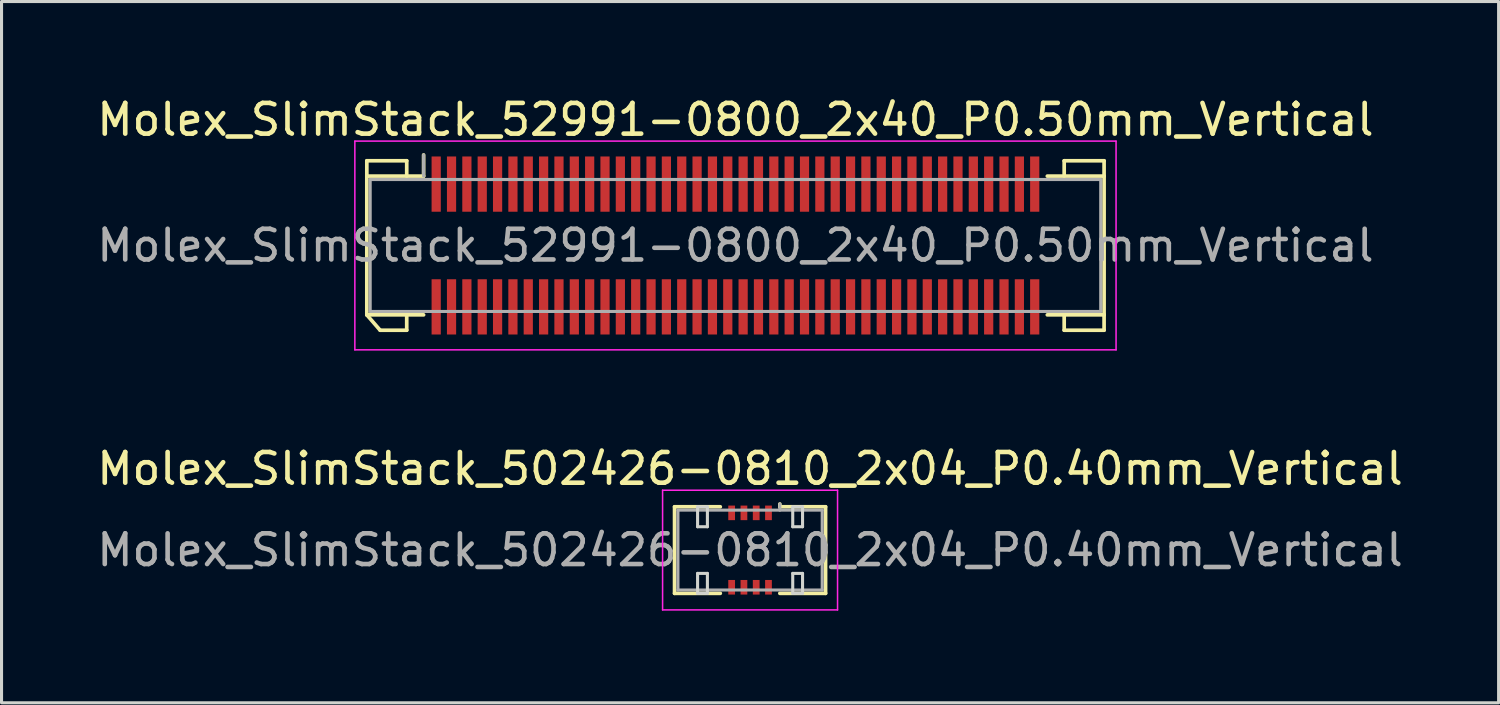
<source format=kicad_pcb>
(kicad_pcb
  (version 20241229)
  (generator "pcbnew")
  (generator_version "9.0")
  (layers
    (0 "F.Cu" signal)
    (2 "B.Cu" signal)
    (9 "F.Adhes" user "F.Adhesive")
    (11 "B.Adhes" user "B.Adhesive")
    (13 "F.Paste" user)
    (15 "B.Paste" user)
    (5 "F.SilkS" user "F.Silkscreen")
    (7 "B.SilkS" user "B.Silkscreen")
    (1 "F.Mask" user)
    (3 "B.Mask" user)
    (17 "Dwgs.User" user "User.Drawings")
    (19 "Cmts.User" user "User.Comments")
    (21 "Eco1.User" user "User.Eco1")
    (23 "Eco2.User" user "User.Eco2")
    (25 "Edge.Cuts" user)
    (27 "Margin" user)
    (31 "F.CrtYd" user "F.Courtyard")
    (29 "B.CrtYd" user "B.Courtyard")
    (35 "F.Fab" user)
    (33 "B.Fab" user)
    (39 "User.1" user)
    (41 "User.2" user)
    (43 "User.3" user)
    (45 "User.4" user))
  (footprint "Molex_SlimStack_502426-0810_2x04_P0.40mm_Vertical"
    (layer "F.Cu")
    (at 21.387 14.871)
    (property "Reference" "Molex_SlimStack_502426-0810_2x04_P0.40mm_Vertical" (at 0 -2.65 0) (layer "F.SilkS") (effects (font (size 1 1) (thickness 0.15))))
    (attr smd)
    (fp_line (start -2.46 -1.41) (end -0.97 -1.41) (stroke (width 0.12) (type solid)) (layer "F.SilkS"))
    (fp_line (start -2.46 1.41) (end -2.46 -1.41) (stroke (width 0.12) (type solid)) (layer "F.SilkS"))
    (fp_line (start -0.97 1.41) (end -2.46 1.41) (stroke (width 0.12) (type solid)) (layer "F.SilkS"))
    (fp_line (start 0.97 -1.41) (end 0.97 -1.5) (stroke (width 0.12) (type solid)) (layer "F.SilkS"))
    (fp_line (start 0.97 1.41) (end 2.46 1.41) (stroke (width 0.12) (type solid)) (layer "F.SilkS"))
    (fp_line (start 2.46 -1.41) (end 0.97 -1.41) (stroke (width 0.12) (type solid)) (layer "F.SilkS"))
    (fp_line (start 2.46 1.41) (end 2.46 -1.41) (stroke (width 0.12) (type solid)) (layer "F.SilkS"))
    (fp_line (start -1.71 -1.41) (end -1.71 -0.76) (stroke (width 0.1) (type solid)) (layer "Edge.Cuts"))
    (fp_line (start -1.71 -0.76) (end -1.39 -0.76) (stroke (width 0.1) (type solid)) (layer "Edge.Cuts"))
    (fp_line (start -1.71 0.76) (end -1.71 1.41) (stroke (width 0.1) (type solid)) (layer "Edge.Cuts"))
    (fp_line (start -1.71 1.41) (end -1.39 1.41) (stroke (width 0.1) (type solid)) (layer "Edge.Cuts"))
    (fp_line (start -1.39 -1.41) (end -1.71 -1.41) (stroke (width 0.1) (type solid)) (layer "Edge.Cuts"))
    (fp_line (start -1.39 -0.76) (end -1.39 -1.41) (stroke (width 0.1) (type solid)) (layer "Edge.Cuts"))
    (fp_line (start -1.39 0.76) (end -1.71 0.76) (stroke (width 0.1) (type solid)) (layer "Edge.Cuts"))
    (fp_line (start -1.39 1.41) (end -1.39 0.76) (stroke (width 0.1) (type solid)) (layer "Edge.Cuts"))
    (fp_line (start 1.39 -1.41) (end 1.39 -0.76) (stroke (width 0.1) (type solid)) (layer "Edge.Cuts"))
    (fp_line (start 1.39 -0.76) (end 1.71 -0.76) (stroke (width 0.1) (type solid)) (layer "Edge.Cuts"))
    (fp_line (start 1.39 0.76) (end 1.39 1.41) (stroke (width 0.1) (type solid)) (layer "Edge.Cuts"))
    (fp_line (start 1.39 1.41) (end 1.71 1.41) (stroke (width 0.1) (type solid)) (layer "Edge.Cuts"))
    (fp_line (start 1.71 -1.41) (end 1.39 -1.41) (stroke (width 0.1) (type solid)) (layer "Edge.Cuts"))
    (fp_line (start 1.71 -0.76) (end 1.71 -1.41) (stroke (width 0.1) (type solid)) (layer "Edge.Cuts"))
    (fp_line (start 1.71 0.76) (end 1.39 0.76) (stroke (width 0.1) (type solid)) (layer "Edge.Cuts"))
    (fp_line (start 1.71 1.41) (end 1.71 0.76) (stroke (width 0.1) (type solid)) (layer "Edge.Cuts"))
    (fp_line (start -2.85 -1.95) (end -2.85 1.95) (stroke (width 0.05) (type solid)) (layer "F.CrtYd"))
    (fp_line (start -2.85 1.95) (end 2.85 1.95) (stroke (width 0.05) (type solid)) (layer "F.CrtYd"))
    (fp_line (start 2.85 -1.95) (end -2.85 -1.95) (stroke (width 0.05) (type solid)) (layer "F.CrtYd"))
    (fp_line (start 2.85 1.95) (end 2.85 -1.95) (stroke (width 0.05) (type solid)) (layer "F.CrtYd"))
    (fp_line (start -2.35 -1.3) (end -2.35 1.3) (stroke (width 0.1) (type solid)) (layer "F.Fab"))
    (fp_line (start -2.35 1.3) (end 2.35 1.3) (stroke (width 0.1) (type solid)) (layer "F.Fab"))
    (fp_line (start 0.97 -1.3) (end 0.97 -1.5) (stroke (width 0.1) (type solid)) (layer "F.Fab"))
    (fp_line (start 2.35 -1.3) (end -2.35 -1.3) (stroke (width 0.1) (type solid)) (layer "F.Fab"))
    (fp_line (start 2.35 1.3) (end 2.35 -1.3) (stroke (width 0.1) (type solid)) (layer "F.Fab"))
    (fp_text user "${REFERENCE}" (at 0 0 0) (layer "F.Fab") (effects (font (size 1 1) (thickness 0.15))))
    (pad "1" smd rect (at 0.6 -1.212) (size 0.22 0.475) (layers "F.Cu" "F.Mask" "F.Paste"))
    (pad "2" smd rect (at 0.6 1.212) (size 0.22 0.475) (layers "F.Cu" "F.Mask" "F.Paste"))
    (pad "3" smd rect (at 0.2 -1.212) (size 0.22 0.475) (layers "F.Cu" "F.Mask" "F.Paste"))
    (pad "4" smd rect (at 0.2 1.212) (size 0.22 0.475) (layers "F.Cu" "F.Mask" "F.Paste"))
    (pad "5" smd rect (at -0.2 -1.212) (size 0.22 0.475) (layers "F.Cu" "F.Mask" "F.Paste"))
    (pad "6" smd rect (at -0.2 1.212) (size 0.22 0.475) (layers "F.Cu" "F.Mask" "F.Paste"))
    (pad "7" smd rect (at -0.6 -1.212) (size 0.22 0.475) (layers "F.Cu" "F.Mask" "F.Paste"))
    (pad "8" smd rect (at -0.6 1.212) (size 0.22 0.475) (layers "F.Cu" "F.Mask" "F.Paste")))
  (footprint "Molex_SlimStack_52991-0800_2x40_P0.50mm_Vertical"
    (layer "F.Cu")
    (at 20.911 4.948)
    (property "Reference" "Molex_SlimStack_52991-0800_2x40_P0.50mm_Vertical" (at 0 -4.1 0) (layer "F.SilkS") (effects (font (size 1 1) (thickness 0.15))))
    (attr smd)
    (fp_line (start -12.01 -2.76) (end -10.71 -2.76) (stroke (width 0.12) (type solid)) (layer "F.SilkS"))
    (fp_line (start -12.01 -2.26) (end -12.01 -2.76) (stroke (width 0.12) (type solid)) (layer "F.SilkS"))
    (fp_line (start -12.01 -2.26) (end -10.16 -2.26) (stroke (width 0.12) (type solid)) (layer "F.SilkS"))
    (fp_line (start -12.01 2.26) (end -12.01 -2.26) (stroke (width 0.12) (type solid)) (layer "F.SilkS"))
    (fp_line (start -12.01 2.26) (end -11.577 2.76) (stroke (width 0.12) (type solid)) (layer "F.SilkS"))
    (fp_line (start -11.577 2.76) (end -10.71 2.76) (stroke (width 0.12) (type solid)) (layer "F.SilkS"))
    (fp_line (start -10.71 -2.76) (end -10.71 -2.26) (stroke (width 0.12) (type solid)) (layer "F.SilkS"))
    (fp_line (start -10.71 2.76) (end -10.71 2.26) (stroke (width 0.12) (type solid)) (layer "F.SilkS"))
    (fp_line (start -10.16 -2.26) (end -10.16 -2.95) (stroke (width 0.12) (type solid)) (layer "F.SilkS"))
    (fp_line (start -10.16 2.26) (end -12.01 2.26) (stroke (width 0.12) (type solid)) (layer "F.SilkS"))
    (fp_line (start 10.16 2.26) (end 12.01 2.26) (stroke (width 0.12) (type solid)) (layer "F.SilkS"))
    (fp_line (start 10.71 -2.76) (end 10.71 -2.26) (stroke (width 0.12) (type solid)) (layer "F.SilkS"))
    (fp_line (start 10.71 2.76) (end 10.71 2.26) (stroke (width 0.12) (type solid)) (layer "F.SilkS"))
    (fp_line (start 12.01 -2.76) (end 10.71 -2.76) (stroke (width 0.12) (type solid)) (layer "F.SilkS"))
    (fp_line (start 12.01 -2.26) (end 10.16 -2.26) (stroke (width 0.12) (type solid)) (layer "F.SilkS"))
    (fp_line (start 12.01 -2.26) (end 12.01 -2.76) (stroke (width 0.12) (type solid)) (layer "F.SilkS"))
    (fp_line (start 12.01 2.26) (end 12.01 -2.26) (stroke (width 0.12) (type solid)) (layer "F.SilkS"))
    (fp_line (start 12.01 2.26) (end 12.01 2.76) (stroke (width 0.12) (type solid)) (layer "F.SilkS"))
    (fp_line (start 12.01 2.76) (end 10.71 2.76) (stroke (width 0.12) (type solid)) (layer "F.SilkS"))
    (fp_line (start -12.4 -3.4) (end -12.4 3.4) (stroke (width 0.05) (type solid)) (layer "F.CrtYd"))
    (fp_line (start -12.4 3.4) (end 12.4 3.4) (stroke (width 0.05) (type solid)) (layer "F.CrtYd"))
    (fp_line (start 12.4 -3.4) (end -12.4 -3.4) (stroke (width 0.05) (type solid)) (layer "F.CrtYd"))
    (fp_line (start 12.4 3.4) (end 12.4 -3.4) (stroke (width 0.05) (type solid)) (layer "F.CrtYd"))
    (fp_line (start -11.9 -2.15) (end -11.9 2.15) (stroke (width 0.1) (type solid)) (layer "F.Fab"))
    (fp_line (start -11.9 2.15) (end 11.9 2.15) (stroke (width 0.1) (type solid)) (layer "F.Fab"))
    (fp_line (start -10.16 -2.26) (end -10.16 -2.95) (stroke (width 0.1) (type solid)) (layer "F.Fab"))
    (fp_line (start 11.9 -2.15) (end -11.9 -2.15) (stroke (width 0.1) (type solid)) (layer "F.Fab"))
    (fp_line (start 11.9 2.15) (end 11.9 -2.15) (stroke (width 0.1) (type solid)) (layer "F.Fab"))
    (fp_text user "${REFERENCE}" (at 0 0 0) (layer "F.Fab") (effects (font (size 1 1) (thickness 0.15))))
    (pad "1" smd rect (at -9.75 -2) (size 0.3 1.8) (layers "F.Cu" "F.Mask" "F.Paste"))
    (pad "2" smd rect (at -9.75 2) (size 0.3 1.8) (layers "F.Cu" "F.Mask" "F.Paste"))
    (pad "3" smd rect (at -9.25 -2) (size 0.3 1.8) (layers "F.Cu" "F.Mask" "F.Paste"))
    (pad "4" smd rect (at -9.25 2) (size 0.3 1.8) (layers "F.Cu" "F.Mask" "F.Paste"))
    (pad "5" smd rect (at -8.75 -2) (size 0.3 1.8) (layers "F.Cu" "F.Mask" "F.Paste"))
    (pad "6" smd rect (at -8.75 2) (size 0.3 1.8) (layers "F.Cu" "F.Mask" "F.Paste"))
    (pad "7" smd rect (at -8.25 -2) (size 0.3 1.8) (layers "F.Cu" "F.Mask" "F.Paste"))
    (pad "8" smd rect (at -8.25 2) (size 0.3 1.8) (layers "F.Cu" "F.Mask" "F.Paste"))
    (pad "9" smd rect (at -7.75 -2) (size 0.3 1.8) (layers "F.Cu" "F.Mask" "F.Paste"))
    (pad "10" smd rect (at -7.75 2) (size 0.3 1.8) (layers "F.Cu" "F.Mask" "F.Paste"))
    (pad "11" smd rect (at -7.25 -2) (size 0.3 1.8) (layers "F.Cu" "F.Mask" "F.Paste"))
    (pad "12" smd rect (at -7.25 2) (size 0.3 1.8) (layers "F.Cu" "F.Mask" "F.Paste"))
    (pad "13" smd rect (at -6.75 -2) (size 0.3 1.8) (layers "F.Cu" "F.Mask" "F.Paste"))
    (pad "14" smd rect (at -6.75 2) (size 0.3 1.8) (layers "F.Cu" "F.Mask" "F.Paste"))
    (pad "15" smd rect (at -6.25 -2) (size 0.3 1.8) (layers "F.Cu" "F.Mask" "F.Paste"))
    (pad "16" smd rect (at -6.25 2) (size 0.3 1.8) (layers "F.Cu" "F.Mask" "F.Paste"))
    (pad "17" smd rect (at -5.75 -2) (size 0.3 1.8) (layers "F.Cu" "F.Mask" "F.Paste"))
    (pad "18" smd rect (at -5.75 2) (size 0.3 1.8) (layers "F.Cu" "F.Mask" "F.Paste"))
    (pad "19" smd rect (at -5.25 -2) (size 0.3 1.8) (layers "F.Cu" "F.Mask" "F.Paste"))
    (pad "20" smd rect (at -5.25 2) (size 0.3 1.8) (layers "F.Cu" "F.Mask" "F.Paste"))
    (pad "21" smd rect (at -4.75 -2) (size 0.3 1.8) (layers "F.Cu" "F.Mask" "F.Paste"))
    (pad "22" smd rect (at -4.75 2) (size 0.3 1.8) (layers "F.Cu" "F.Mask" "F.Paste"))
    (pad "23" smd rect (at -4.25 -2) (size 0.3 1.8) (layers "F.Cu" "F.Mask" "F.Paste"))
    (pad "24" smd rect (at -4.25 2) (size 0.3 1.8) (layers "F.Cu" "F.Mask" "F.Paste"))
    (pad "25" smd rect (at -3.75 -2) (size 0.3 1.8) (layers "F.Cu" "F.Mask" "F.Paste"))
    (pad "26" smd rect (at -3.75 2) (size 0.3 1.8) (layers "F.Cu" "F.Mask" "F.Paste"))
    (pad "27" smd rect (at -3.25 -2) (size 0.3 1.8) (layers "F.Cu" "F.Mask" "F.Paste"))
    (pad "28" smd rect (at -3.25 2) (size 0.3 1.8) (layers "F.Cu" "F.Mask" "F.Paste"))
    (pad "29" smd rect (at -2.75 -2) (size 0.3 1.8) (layers "F.Cu" "F.Mask" "F.Paste"))
    (pad "30" smd rect (at -2.75 2) (size 0.3 1.8) (layers "F.Cu" "F.Mask" "F.Paste"))
    (pad "31" smd rect (at -2.25 -2) (size 0.3 1.8) (layers "F.Cu" "F.Mask" "F.Paste"))
    (pad "32" smd rect (at -2.25 2) (size 0.3 1.8) (layers "F.Cu" "F.Mask" "F.Paste"))
    (pad "33" smd rect (at -1.75 -2) (size 0.3 1.8) (layers "F.Cu" "F.Mask" "F.Paste"))
    (pad "34" smd rect (at -1.75 2) (size 0.3 1.8) (layers "F.Cu" "F.Mask" "F.Paste"))
    (pad "35" smd rect (at -1.25 -2) (size 0.3 1.8) (layers "F.Cu" "F.Mask" "F.Paste"))
    (pad "36" smd rect (at -1.25 2) (size 0.3 1.8) (layers "F.Cu" "F.Mask" "F.Paste"))
    (pad "37" smd rect (at -0.75 -2) (size 0.3 1.8) (layers "F.Cu" "F.Mask" "F.Paste"))
    (pad "38" smd rect (at -0.75 2) (size 0.3 1.8) (layers "F.Cu" "F.Mask" "F.Paste"))
    (pad "39" smd rect (at -0.25 -2) (size 0.3 1.8) (layers "F.Cu" "F.Mask" "F.Paste"))
    (pad "40" smd rect (at -0.25 2) (size 0.3 1.8) (layers "F.Cu" "F.Mask" "F.Paste"))
    (pad "41" smd rect (at 0.25 -2) (size 0.3 1.8) (layers "F.Cu" "F.Mask" "F.Paste"))
    (pad "42" smd rect (at 0.25 2) (size 0.3 1.8) (layers "F.Cu" "F.Mask" "F.Paste"))
    (pad "43" smd rect (at 0.75 -2) (size 0.3 1.8) (layers "F.Cu" "F.Mask" "F.Paste"))
    (pad "44" smd rect (at 0.75 2) (size 0.3 1.8) (layers "F.Cu" "F.Mask" "F.Paste"))
    (pad "45" smd rect (at 1.25 -2) (size 0.3 1.8) (layers "F.Cu" "F.Mask" "F.Paste"))
    (pad "46" smd rect (at 1.25 2) (size 0.3 1.8) (layers "F.Cu" "F.Mask" "F.Paste"))
    (pad "47" smd rect (at 1.75 -2) (size 0.3 1.8) (layers "F.Cu" "F.Mask" "F.Paste"))
    (pad "48" smd rect (at 1.75 2) (size 0.3 1.8) (layers "F.Cu" "F.Mask" "F.Paste"))
    (pad "49" smd rect (at 2.25 -2) (size 0.3 1.8) (layers "F.Cu" "F.Mask" "F.Paste"))
    (pad "50" smd rect (at 2.25 2) (size 0.3 1.8) (layers "F.Cu" "F.Mask" "F.Paste"))
    (pad "51" smd rect (at 2.75 -2) (size 0.3 1.8) (layers "F.Cu" "F.Mask" "F.Paste"))
    (pad "52" smd rect (at 2.75 2) (size 0.3 1.8) (layers "F.Cu" "F.Mask" "F.Paste"))
    (pad "53" smd rect (at 3.25 -2) (size 0.3 1.8) (layers "F.Cu" "F.Mask" "F.Paste"))
    (pad "54" smd rect (at 3.25 2) (size 0.3 1.8) (layers "F.Cu" "F.Mask" "F.Paste"))
    (pad "55" smd rect (at 3.75 -2) (size 0.3 1.8) (layers "F.Cu" "F.Mask" "F.Paste"))
    (pad "56" smd rect (at 3.75 2) (size 0.3 1.8) (layers "F.Cu" "F.Mask" "F.Paste"))
    (pad "57" smd rect (at 4.25 -2) (size 0.3 1.8) (layers "F.Cu" "F.Mask" "F.Paste"))
    (pad "58" smd rect (at 4.25 2) (size 0.3 1.8) (layers "F.Cu" "F.Mask" "F.Paste"))
    (pad "59" smd rect (at 4.75 -2) (size 0.3 1.8) (layers "F.Cu" "F.Mask" "F.Paste"))
    (pad "60" smd rect (at 4.75 2) (size 0.3 1.8) (layers "F.Cu" "F.Mask" "F.Paste"))
    (pad "61" smd rect (at 5.25 -2) (size 0.3 1.8) (layers "F.Cu" "F.Mask" "F.Paste"))
    (pad "62" smd rect (at 5.25 2) (size 0.3 1.8) (layers "F.Cu" "F.Mask" "F.Paste"))
    (pad "63" smd rect (at 5.75 -2) (size 0.3 1.8) (layers "F.Cu" "F.Mask" "F.Paste"))
    (pad "64" smd rect (at 5.75 2) (size 0.3 1.8) (layers "F.Cu" "F.Mask" "F.Paste"))
    (pad "65" smd rect (at 6.25 -2) (size 0.3 1.8) (layers "F.Cu" "F.Mask" "F.Paste"))
    (pad "66" smd rect (at 6.25 2) (size 0.3 1.8) (layers "F.Cu" "F.Mask" "F.Paste"))
    (pad "67" smd rect (at 6.75 -2) (size 0.3 1.8) (layers "F.Cu" "F.Mask" "F.Paste"))
    (pad "68" smd rect (at 6.75 2) (size 0.3 1.8) (layers "F.Cu" "F.Mask" "F.Paste"))
    (pad "69" smd rect (at 7.25 -2) (size 0.3 1.8) (layers "F.Cu" "F.Mask" "F.Paste"))
    (pad "70" smd rect (at 7.25 2) (size 0.3 1.8) (layers "F.Cu" "F.Mask" "F.Paste"))
    (pad "71" smd rect (at 7.75 -2) (size 0.3 1.8) (layers "F.Cu" "F.Mask" "F.Paste"))
    (pad "72" smd rect (at 7.75 2) (size 0.3 1.8) (layers "F.Cu" "F.Mask" "F.Paste"))
    (pad "73" smd rect (at 8.25 -2) (size 0.3 1.8) (layers "F.Cu" "F.Mask" "F.Paste"))
    (pad "74" smd rect (at 8.25 2) (size 0.3 1.8) (layers "F.Cu" "F.Mask" "F.Paste"))
    (pad "75" smd rect (at 8.75 -2) (size 0.3 1.8) (layers "F.Cu" "F.Mask" "F.Paste"))
    (pad "76" smd rect (at 8.75 2) (size 0.3 1.8) (layers "F.Cu" "F.Mask" "F.Paste"))
    (pad "77" smd rect (at 9.25 -2) (size 0.3 1.8) (layers "F.Cu" "F.Mask" "F.Paste"))
    (pad "78" smd rect (at 9.25 2) (size 0.3 1.8) (layers "F.Cu" "F.Mask" "F.Paste"))
    (pad "79" smd rect (at 9.75 -2) (size 0.3 1.8) (layers "F.Cu" "F.Mask" "F.Paste"))
    (pad "80" smd rect (at 9.75 2) (size 0.3 1.8) (layers "F.Cu" "F.Mask" "F.Paste")))
  (gr_rect
    (start -3 -3)
    (end 45.774 19.846)
    (stroke (width 0.1) (type default))
    (fill no)
    (layer "Edge.Cuts")))
</source>
